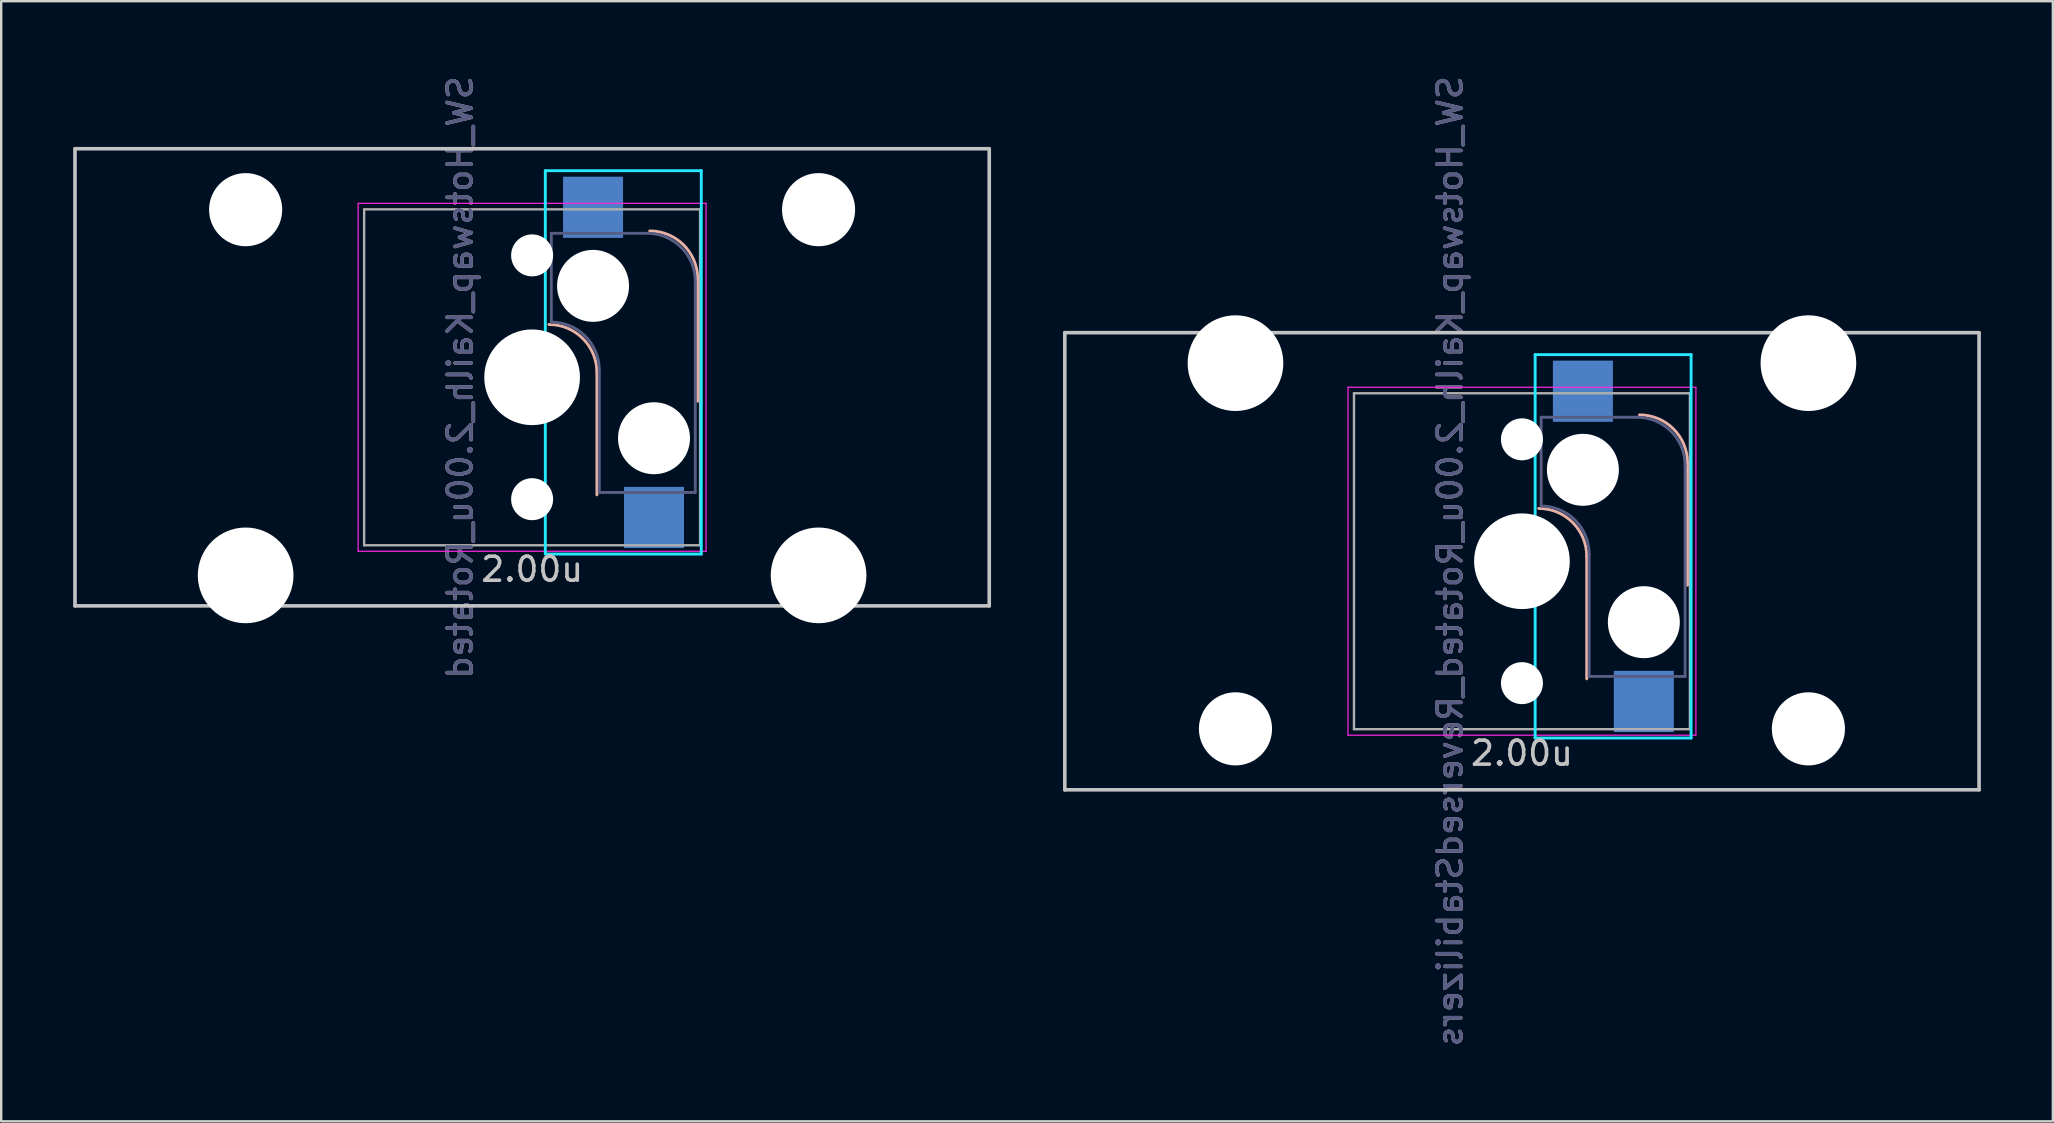
<source format=kicad_pcb>
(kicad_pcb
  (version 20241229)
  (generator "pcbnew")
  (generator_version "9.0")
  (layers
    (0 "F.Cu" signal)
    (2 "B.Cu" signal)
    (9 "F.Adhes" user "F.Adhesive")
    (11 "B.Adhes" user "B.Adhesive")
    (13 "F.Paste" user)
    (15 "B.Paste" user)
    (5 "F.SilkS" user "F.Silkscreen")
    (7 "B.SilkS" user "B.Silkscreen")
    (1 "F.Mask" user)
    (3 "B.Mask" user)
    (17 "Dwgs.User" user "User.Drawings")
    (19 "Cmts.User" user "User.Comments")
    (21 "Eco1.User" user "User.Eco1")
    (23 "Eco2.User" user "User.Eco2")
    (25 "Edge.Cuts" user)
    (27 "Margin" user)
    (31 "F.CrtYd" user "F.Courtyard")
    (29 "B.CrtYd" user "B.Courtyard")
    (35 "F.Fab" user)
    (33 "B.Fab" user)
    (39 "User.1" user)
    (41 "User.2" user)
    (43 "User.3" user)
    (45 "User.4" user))
  (footprint "SW_Hotswap_Kailh_2.00u_Rotated_ReversedStabilizers"
    (layer "F.Cu")
    (at 60.375 20.339)
    (property "Reference" "SW_Hotswap_Kailh_2.00u_Rotated_ReversedStabilizers" (at -3 0 90) (layer "B.SilkS") (effects (font (size 1 1) (thickness 0.15)) (justify mirror)))
    (attr smd)
    (fp_line (start 2.7 4.9) (end 2.7 -0.2) (stroke (width 0.12) (type solid)) (layer "B.SilkS"))
    (fp_line (start 6.9 1) (end 6.9 -4.1) (stroke (width 0.12) (type solid)) (layer "B.SilkS"))
    (fp_arc (start 0.7 -2.2) (mid 2.114214 -1.614214) (end 2.7 -0.2) (stroke (width 0.12) (type solid)) (layer "B.SilkS"))
    (fp_arc (start 4.9 -6.1) (mid 6.314214 -5.514214) (end 6.9 -4.1) (stroke (width 0.12) (type solid)) (layer "B.SilkS"))
    (fp_line (start -19.05 -9.525) (end 19.05 -9.525) (stroke (width 0.15) (type solid)) (layer "Dwgs.User"))
    (fp_line (start -19.05 9.525) (end -19.05 -9.525) (stroke (width 0.15) (type solid)) (layer "Dwgs.User"))
    (fp_line (start 19.05 -9.525) (end 19.05 9.525) (stroke (width 0.15) (type solid)) (layer "Dwgs.User"))
    (fp_line (start 19.05 9.525) (end -19.05 9.525) (stroke (width 0.15) (type solid)) (layer "Dwgs.User"))
    (fp_line (start 0.55 -8.61) (end 0.55 7.367) (stroke (width 0.12) (type solid)) (layer "B.CrtYd"))
    (fp_line (start 0.55 -8.61) (end 7.05 -8.61) (stroke (width 0.12) (type solid)) (layer "B.CrtYd"))
    (fp_line (start 7.05 -8.61) (end 7.05 7.367) (stroke (width 0.12) (type solid)) (layer "B.CrtYd"))
    (fp_line (start 7.05 7.367) (end 0.55 7.367) (stroke (width 0.12) (type solid)) (layer "B.CrtYd"))
    (fp_line (start -7.25 -7.25) (end 7.25 -7.25) (stroke (width 0.05) (type solid)) (layer "F.CrtYd"))
    (fp_line (start -7.25 7.25) (end -7.25 -7.25) (stroke (width 0.05) (type solid)) (layer "F.CrtYd"))
    (fp_line (start 7.25 -7.25) (end 7.25 7.25) (stroke (width 0.05) (type solid)) (layer "F.CrtYd"))
    (fp_line (start 7.25 7.25) (end -7.25 7.25) (stroke (width 0.05) (type solid)) (layer "F.CrtYd"))
    (fp_line (start 0.8 -6) (end 0.8 -2.3) (stroke (width 0.12) (type solid)) (layer "B.Fab"))
    (fp_line (start 0.8 -6) (end 4.8 -6) (stroke (width 0.12) (type solid)) (layer "B.Fab"))
    (fp_line (start 2.8 -0.3) (end 2.8 4.8) (stroke (width 0.12) (type solid)) (layer "B.Fab"))
    (fp_line (start 6.8 -4) (end 6.8 4.8) (stroke (width 0.12) (type solid)) (layer "B.Fab"))
    (fp_line (start 6.8 4.8) (end 2.8 4.8) (stroke (width 0.12) (type solid)) (layer "B.Fab"))
    (fp_arc (start 0.8 -2.3) (mid 2.214214 -1.714214) (end 2.8 -0.3) (stroke (width 0.12) (type solid)) (layer "B.Fab"))
    (fp_arc (start 4.8 -6) (mid 6.214214 -5.414214) (end 6.8 -4) (stroke (width 0.12) (type solid)) (layer "B.Fab"))
    (fp_line (start -7 -7) (end 7 -7) (stroke (width 0.1) (type solid)) (layer "F.Fab"))
    (fp_line (start -7 7) (end -7 -7) (stroke (width 0.1) (type solid)) (layer "F.Fab"))
    (fp_line (start 7 -7) (end 7 7) (stroke (width 0.1) (type solid)) (layer "F.Fab"))
    (fp_line (start 7 7) (end -7 7) (stroke (width 0.1) (type solid)) (layer "F.Fab"))
    (fp_text user "2.00u" (at 0 8 0) (layer "Dwgs.User") (effects (font (size 1 1) (thickness 0.15))))
    (fp_text user "${REFERENCE}" (at -3 0 90) (layer "B.Fab") (effects (font (size 1 1) (thickness 0.15)) (justify mirror)))
    (pad "" np_thru_hole circle (at -11.938 -8.255) (size 3.988 3.988) (drill 3.988) (layers "*.Cu" "*.Mask"))
    (pad "" np_thru_hole circle (at -11.938 6.985) (size 3.048 3.048) (drill 3.048) (layers "*.Cu" "*.Mask"))
    (pad "" np_thru_hole circle (at 0 -5.08 318.1) (size 1.75 1.75) (drill 1.75) (layers "*.Cu" "*.Mask"))
    (pad "" np_thru_hole circle (at 0 0 270) (size 3.988 3.988) (drill 3.988) (layers "*.Cu" "*.Mask"))
    (pad "" np_thru_hole circle (at 0 5.08 318.1) (size 1.75 1.75) (drill 1.75) (layers "*.Cu" "*.Mask"))
    (pad "" np_thru_hole circle (at 2.54 -3.81 270) (size 3 3) (drill 3) (layers "*.Cu" "*.Mask"))
    (pad "" np_thru_hole circle (at 5.08 2.54 270) (size 3 3) (drill 3) (layers "*.Cu" "*.Mask"))
    (pad "" np_thru_hole circle (at 11.938 -8.255) (size 3.988 3.988) (drill 3.988) (layers "*.Cu" "*.Mask"))
    (pad "" np_thru_hole circle (at 11.938 6.985) (size 3.048 3.048) (drill 3.048) (layers "*.Cu" "*.Mask"))
    (pad "1" smd rect (at 2.54 -7.085 270) (size 2.55 2.5) (layers "B.Cu" "B.Mask" "B.Paste"))
    (pad "2" smd rect (at 5.08 5.842 270) (size 2.55 2.5) (layers "B.Cu" "B.Mask" "B.Paste")))
  (footprint "SW_Hotswap_Kailh_2.00u_Rotated"
    (layer "F.Cu")
    (at 19.125 12.673)
    (property "Reference" "SW_Hotswap_Kailh_2.00u_Rotated" (at -3 0 90) (layer "B.SilkS") (effects (font (size 1 1) (thickness 0.15)) (justify mirror)))
    (attr smd)
    (fp_line (start 2.7 4.9) (end 2.7 -0.2) (stroke (width 0.12) (type solid)) (layer "B.SilkS"))
    (fp_line (start 6.9 1) (end 6.9 -4.1) (stroke (width 0.12) (type solid)) (layer "B.SilkS"))
    (fp_arc (start 0.7 -2.2) (mid 2.114214 -1.614214) (end 2.7 -0.2) (stroke (width 0.12) (type solid)) (layer "B.SilkS"))
    (fp_arc (start 4.9 -6.1) (mid 6.314214 -5.514214) (end 6.9 -4.1) (stroke (width 0.12) (type solid)) (layer "B.SilkS"))
    (fp_line (start -19.05 -9.525) (end 19.05 -9.525) (stroke (width 0.15) (type solid)) (layer "Dwgs.User"))
    (fp_line (start -19.05 9.525) (end -19.05 -9.525) (stroke (width 0.15) (type solid)) (layer "Dwgs.User"))
    (fp_line (start 19.05 -9.525) (end 19.05 9.525) (stroke (width 0.15) (type solid)) (layer "Dwgs.User"))
    (fp_line (start 19.05 9.525) (end -19.05 9.525) (stroke (width 0.15) (type solid)) (layer "Dwgs.User"))
    (fp_line (start 0.55 -8.61) (end 0.55 7.367) (stroke (width 0.12) (type solid)) (layer "B.CrtYd"))
    (fp_line (start 0.55 -8.61) (end 7.05 -8.61) (stroke (width 0.12) (type solid)) (layer "B.CrtYd"))
    (fp_line (start 7.05 -8.61) (end 7.05 7.367) (stroke (width 0.12) (type solid)) (layer "B.CrtYd"))
    (fp_line (start 7.05 7.367) (end 0.55 7.367) (stroke (width 0.12) (type solid)) (layer "B.CrtYd"))
    (fp_line (start -7.25 -7.25) (end 7.25 -7.25) (stroke (width 0.05) (type solid)) (layer "F.CrtYd"))
    (fp_line (start -7.25 7.25) (end -7.25 -7.25) (stroke (width 0.05) (type solid)) (layer "F.CrtYd"))
    (fp_line (start 7.25 -7.25) (end 7.25 7.25) (stroke (width 0.05) (type solid)) (layer "F.CrtYd"))
    (fp_line (start 7.25 7.25) (end -7.25 7.25) (stroke (width 0.05) (type solid)) (layer "F.CrtYd"))
    (fp_line (start 0.8 -6) (end 0.8 -2.3) (stroke (width 0.12) (type solid)) (layer "B.Fab"))
    (fp_line (start 0.8 -6) (end 4.8 -6) (stroke (width 0.12) (type solid)) (layer "B.Fab"))
    (fp_line (start 2.8 -0.3) (end 2.8 4.8) (stroke (width 0.12) (type solid)) (layer "B.Fab"))
    (fp_line (start 6.8 -4) (end 6.8 4.8) (stroke (width 0.12) (type solid)) (layer "B.Fab"))
    (fp_line (start 6.8 4.8) (end 2.8 4.8) (stroke (width 0.12) (type solid)) (layer "B.Fab"))
    (fp_arc (start 0.8 -2.3) (mid 2.214214 -1.714214) (end 2.8 -0.3) (stroke (width 0.12) (type solid)) (layer "B.Fab"))
    (fp_arc (start 4.8 -6) (mid 6.214214 -5.414214) (end 6.8 -4) (stroke (width 0.12) (type solid)) (layer "B.Fab"))
    (fp_line (start -7 -7) (end 7 -7) (stroke (width 0.1) (type solid)) (layer "F.Fab"))
    (fp_line (start -7 7) (end -7 -7) (stroke (width 0.1) (type solid)) (layer "F.Fab"))
    (fp_line (start 7 -7) (end 7 7) (stroke (width 0.1) (type solid)) (layer "F.Fab"))
    (fp_line (start 7 7) (end -7 7) (stroke (width 0.1) (type solid)) (layer "F.Fab"))
    (fp_text user "2.00u" (at 0 8 0) (layer "Dwgs.User") (effects (font (size 1 1) (thickness 0.15))))
    (fp_text user "${REFERENCE}" (at -3 0 90) (layer "B.Fab") (effects (font (size 1 1) (thickness 0.15)) (justify mirror)))
    (pad "" np_thru_hole circle (at -11.938 -6.985) (size 3.048 3.048) (drill 3.048) (layers "*.Cu" "*.Mask"))
    (pad "" np_thru_hole circle (at -11.938 8.255) (size 3.988 3.988) (drill 3.988) (layers "*.Cu" "*.Mask"))
    (pad "" np_thru_hole circle (at 0 -5.08 318.1) (size 1.75 1.75) (drill 1.75) (layers "*.Cu" "*.Mask"))
    (pad "" np_thru_hole circle (at 0 0 270) (size 3.988 3.988) (drill 3.988) (layers "*.Cu" "*.Mask"))
    (pad "" np_thru_hole circle (at 0 5.08 318.1) (size 1.75 1.75) (drill 1.75) (layers "*.Cu" "*.Mask"))
    (pad "" np_thru_hole circle (at 2.54 -3.81 270) (size 3 3) (drill 3) (layers "*.Cu" "*.Mask"))
    (pad "" np_thru_hole circle (at 5.08 2.54 270) (size 3 3) (drill 3) (layers "*.Cu" "*.Mask"))
    (pad "" np_thru_hole circle (at 11.938 -6.985) (size 3.048 3.048) (drill 3.048) (layers "*.Cu" "*.Mask"))
    (pad "" np_thru_hole circle (at 11.938 8.255) (size 3.988 3.988) (drill 3.988) (layers "*.Cu" "*.Mask"))
    (pad "1" smd rect (at 2.54 -7.085 270) (size 2.55 2.5) (layers "B.Cu" "B.Mask" "B.Paste"))
    (pad "2" smd rect (at 5.08 5.842 270) (size 2.55 2.5) (layers "B.Cu" "B.Mask" "B.Paste")))
  (gr_rect
    (start -3 -3)
    (end 82.5 43.679)
    (stroke (width 0.1) (type default))
    (fill no)
    (layer "Edge.Cuts")))
</source>
